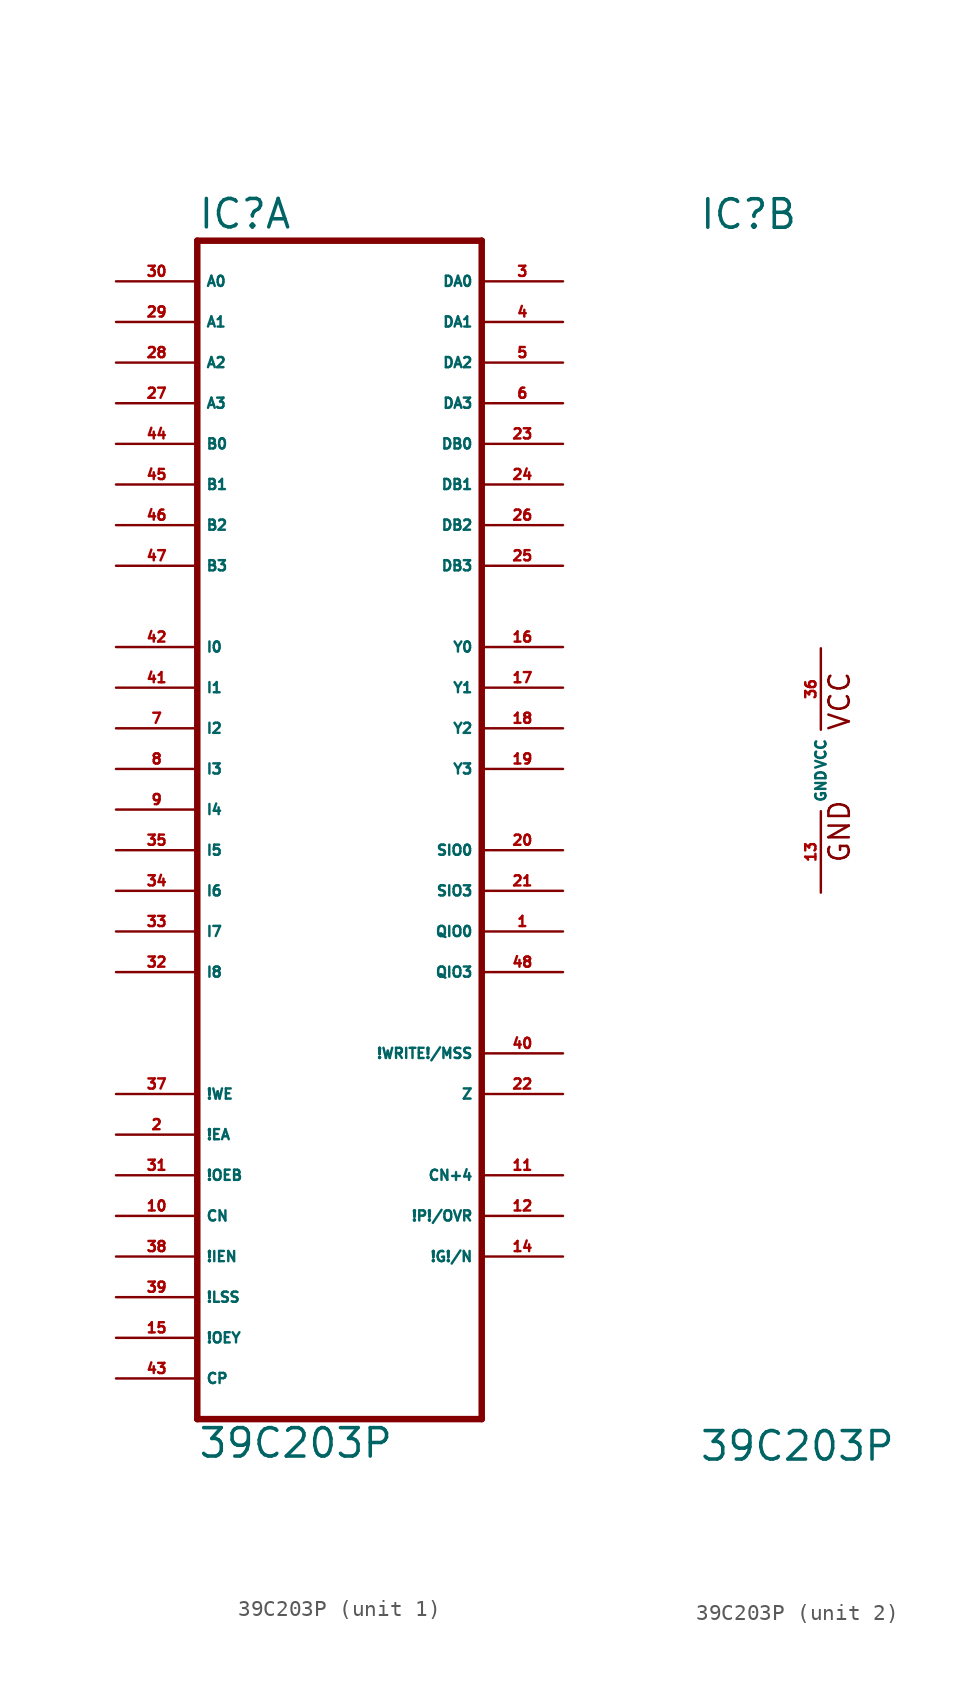
<source format=kicad_sym>
(kicad_symbol_lib
  (version 20220914)
  (generator Eagle2Kicad)
  (symbol "39C203P"
    (property "Reference" "IC"
      (at -7.62 33.655 0)
      (effects (font (size 1.778 1.778) (thickness 0.22)) (justify left bottom)))
    (property "Value" "39C203P"
      (at -7.62 -43.18 0)
      (effects (font (size 1.778 1.778) (thickness 0.22)) (justify left bottom)))
    (symbol "39C203P_1_0"
      (polyline (pts (xy -7.62 -40.64) (xy 10.16 -40.64)) (stroke (width 0.406) (type default)) (fill (type none)))
      (polyline (pts (xy 10.16 -40.64) (xy 10.16 33.02)) (stroke (width 0.406) (type default)) (fill (type none)))
      (polyline (pts (xy 10.16 33.02) (xy -7.62 33.02)) (stroke (width 0.406) (type default)) (fill (type none)))
      (polyline (pts (xy -7.62 33.02) (xy -7.62 -40.64)) (stroke (width 0.406) (type default)) (fill (type none)))
      (pin input line (at -12.7 30.48 0) (length 5.08) (name "A0" (effects (font (size 0.635 0.635) (thickness 0.08)) (justify left bottom))) (number "30" (effects (font (size 0.635 0.635) (thickness 0.08)) (justify left bottom))))
      (pin input line (at -12.7 27.94 0) (length 5.08) (name "A1" (effects (font (size 0.635 0.635) (thickness 0.08)) (justify left bottom))) (number "29" (effects (font (size 0.635 0.635) (thickness 0.08)) (justify left bottom))))
      (pin input line (at -12.7 25.4 0) (length 5.08) (name "A2" (effects (font (size 0.635 0.635) (thickness 0.08)) (justify left bottom))) (number "28" (effects (font (size 0.635 0.635) (thickness 0.08)) (justify left bottom))))
      (pin input line (at -12.7 22.86 0) (length 5.08) (name "A3" (effects (font (size 0.635 0.635) (thickness 0.08)) (justify left bottom))) (number "27" (effects (font (size 0.635 0.635) (thickness 0.08)) (justify left bottom))))
      (pin input line (at -12.7 20.32 0) (length 5.08) (name "B0" (effects (font (size 0.635 0.635) (thickness 0.08)) (justify left bottom))) (number "44" (effects (font (size 0.635 0.635) (thickness 0.08)) (justify left bottom))))
      (pin input line (at -12.7 17.78 0) (length 5.08) (name "B1" (effects (font (size 0.635 0.635) (thickness 0.08)) (justify left bottom))) (number "45" (effects (font (size 0.635 0.635) (thickness 0.08)) (justify left bottom))))
      (pin input line (at -12.7 15.24 0) (length 5.08) (name "B2" (effects (font (size 0.635 0.635) (thickness 0.08)) (justify left bottom))) (number "46" (effects (font (size 0.635 0.635) (thickness 0.08)) (justify left bottom))))
      (pin input line (at -12.7 12.7 0) (length 5.08) (name "B3" (effects (font (size 0.635 0.635) (thickness 0.08)) (justify left bottom))) (number "47" (effects (font (size 0.635 0.635) (thickness 0.08)) (justify left bottom))))
      (pin input line (at -12.7 7.62 0) (length 5.08) (name "I0" (effects (font (size 0.635 0.635) (thickness 0.08)) (justify left bottom))) (number "42" (effects (font (size 0.635 0.635) (thickness 0.08)) (justify left bottom))))
      (pin input line (at -12.7 5.08 0) (length 5.08) (name "I1" (effects (font (size 0.635 0.635) (thickness 0.08)) (justify left bottom))) (number "41" (effects (font (size 0.635 0.635) (thickness 0.08)) (justify left bottom))))
      (pin input line (at -12.7 2.54 0) (length 5.08) (name "I2" (effects (font (size 0.635 0.635) (thickness 0.08)) (justify left bottom))) (number "7" (effects (font (size 0.635 0.635) (thickness 0.08)) (justify left bottom))))
      (pin input line (at -12.7 0 0) (length 5.08) (name "I3" (effects (font (size 0.635 0.635) (thickness 0.08)) (justify left bottom))) (number "8" (effects (font (size 0.635 0.635) (thickness 0.08)) (justify left bottom))))
      (pin input line (at -12.7 -2.54 0) (length 5.08) (name "I4" (effects (font (size 0.635 0.635) (thickness 0.08)) (justify left bottom))) (number "9" (effects (font (size 0.635 0.635) (thickness 0.08)) (justify left bottom))))
      (pin input line (at -12.7 -5.08 0) (length 5.08) (name "I5" (effects (font (size 0.635 0.635) (thickness 0.08)) (justify left bottom))) (number "35" (effects (font (size 0.635 0.635) (thickness 0.08)) (justify left bottom))))
      (pin input line (at -12.7 -7.62 0) (length 5.08) (name "I6" (effects (font (size 0.635 0.635) (thickness 0.08)) (justify left bottom))) (number "34" (effects (font (size 0.635 0.635) (thickness 0.08)) (justify left bottom))))
      (pin input line (at -12.7 -10.16 0) (length 5.08) (name "I7" (effects (font (size 0.635 0.635) (thickness 0.08)) (justify left bottom))) (number "33" (effects (font (size 0.635 0.635) (thickness 0.08)) (justify left bottom))))
      (pin input line (at -12.7 -12.7 0) (length 5.08) (name "I8" (effects (font (size 0.635 0.635) (thickness 0.08)) (justify left bottom))) (number "32" (effects (font (size 0.635 0.635) (thickness 0.08)) (justify left bottom))))
      (pin input line (at -12.7 -20.32 0) (length 5.08) (name "!WE" (effects (font (size 0.635 0.635) (thickness 0.08)) (justify left bottom))) (number "37" (effects (font (size 0.635 0.635) (thickness 0.08)) (justify left bottom))))
      (pin input line (at -12.7 -22.86 0) (length 5.08) (name "!EA" (effects (font (size 0.635 0.635) (thickness 0.08)) (justify left bottom))) (number "2" (effects (font (size 0.635 0.635) (thickness 0.08)) (justify left bottom))))
      (pin input line (at -12.7 -25.4 0) (length 5.08) (name "!OEB" (effects (font (size 0.635 0.635) (thickness 0.08)) (justify left bottom))) (number "31" (effects (font (size 0.635 0.635) (thickness 0.08)) (justify left bottom))))
      (pin input line (at -12.7 -27.94 0) (length 5.08) (name "CN" (effects (font (size 0.635 0.635) (thickness 0.08)) (justify left bottom))) (number "10" (effects (font (size 0.635 0.635) (thickness 0.08)) (justify left bottom))))
      (pin input line (at -12.7 -30.48 0) (length 5.08) (name "!IEN" (effects (font (size 0.635 0.635) (thickness 0.08)) (justify left bottom))) (number "38" (effects (font (size 0.635 0.635) (thickness 0.08)) (justify left bottom))))
      (pin input line (at -12.7 -33.02 0) (length 5.08) (name "!LSS" (effects (font (size 0.635 0.635) (thickness 0.08)) (justify left bottom))) (number "39" (effects (font (size 0.635 0.635) (thickness 0.08)) (justify left bottom))))
      (pin input line (at -12.7 -35.56 0) (length 5.08) (name "!OEY" (effects (font (size 0.635 0.635) (thickness 0.08)) (justify left bottom))) (number "15" (effects (font (size 0.635 0.635) (thickness 0.08)) (justify left bottom))))
      (pin input line (at -12.7 -38.1 0) (length 5.08) (name "CP" (effects (font (size 0.635 0.635) (thickness 0.08)) (justify left bottom))) (number "43" (effects (font (size 0.635 0.635) (thickness 0.08)) (justify left bottom))))
      (pin bidirectional line (at 15.24 30.48 180) (length 5.08) (name "DA0" (effects (font (size 0.635 0.635) (thickness 0.08)) (justify left bottom))) (number "3" (effects (font (size 0.635 0.635) (thickness 0.08)) (justify left bottom))))
      (pin bidirectional line (at 15.24 27.94 180) (length 5.08) (name "DA1" (effects (font (size 0.635 0.635) (thickness 0.08)) (justify left bottom))) (number "4" (effects (font (size 0.635 0.635) (thickness 0.08)) (justify left bottom))))
      (pin bidirectional line (at 15.24 25.4 180) (length 5.08) (name "DA2" (effects (font (size 0.635 0.635) (thickness 0.08)) (justify left bottom))) (number "5" (effects (font (size 0.635 0.635) (thickness 0.08)) (justify left bottom))))
      (pin bidirectional line (at 15.24 22.86 180) (length 5.08) (name "DA3" (effects (font (size 0.635 0.635) (thickness 0.08)) (justify left bottom))) (number "6" (effects (font (size 0.635 0.635) (thickness 0.08)) (justify left bottom))))
      (pin bidirectional line (at 15.24 20.32 180) (length 5.08) (name "DB0" (effects (font (size 0.635 0.635) (thickness 0.08)) (justify left bottom))) (number "23" (effects (font (size 0.635 0.635) (thickness 0.08)) (justify left bottom))))
      (pin bidirectional line (at 15.24 17.78 180) (length 5.08) (name "DB1" (effects (font (size 0.635 0.635) (thickness 0.08)) (justify left bottom))) (number "24" (effects (font (size 0.635 0.635) (thickness 0.08)) (justify left bottom))))
      (pin bidirectional line (at 15.24 15.24 180) (length 5.08) (name "DB2" (effects (font (size 0.635 0.635) (thickness 0.08)) (justify left bottom))) (number "26" (effects (font (size 0.635 0.635) (thickness 0.08)) (justify left bottom))))
      (pin bidirectional line (at 15.24 12.7 180) (length 5.08) (name "DB3" (effects (font (size 0.635 0.635) (thickness 0.08)) (justify left bottom))) (number "25" (effects (font (size 0.635 0.635) (thickness 0.08)) (justify left bottom))))
      (pin bidirectional line (at 15.24 7.62 180) (length 5.08) (name "Y0" (effects (font (size 0.635 0.635) (thickness 0.08)) (justify left bottom))) (number "16" (effects (font (size 0.635 0.635) (thickness 0.08)) (justify left bottom))))
      (pin bidirectional line (at 15.24 5.08 180) (length 5.08) (name "Y1" (effects (font (size 0.635 0.635) (thickness 0.08)) (justify left bottom))) (number "17" (effects (font (size 0.635 0.635) (thickness 0.08)) (justify left bottom))))
      (pin bidirectional line (at 15.24 2.54 180) (length 5.08) (name "Y2" (effects (font (size 0.635 0.635) (thickness 0.08)) (justify left bottom))) (number "18" (effects (font (size 0.635 0.635) (thickness 0.08)) (justify left bottom))))
      (pin bidirectional line (at 15.24 0 180) (length 5.08) (name "Y3" (effects (font (size 0.635 0.635) (thickness 0.08)) (justify left bottom))) (number "19" (effects (font (size 0.635 0.635) (thickness 0.08)) (justify left bottom))))
      (pin bidirectional line (at 15.24 -5.08 180) (length 5.08) (name "SIO0" (effects (font (size 0.635 0.635) (thickness 0.08)) (justify left bottom))) (number "20" (effects (font (size 0.635 0.635) (thickness 0.08)) (justify left bottom))))
      (pin bidirectional line (at 15.24 -7.62 180) (length 5.08) (name "SIO3" (effects (font (size 0.635 0.635) (thickness 0.08)) (justify left bottom))) (number "21" (effects (font (size 0.635 0.635) (thickness 0.08)) (justify left bottom))))
      (pin bidirectional line (at 15.24 -10.16 180) (length 5.08) (name "QIO0" (effects (font (size 0.635 0.635) (thickness 0.08)) (justify left bottom))) (number "1" (effects (font (size 0.635 0.635) (thickness 0.08)) (justify left bottom))))
      (pin bidirectional line (at 15.24 -12.7 180) (length 5.08) (name "QIO3" (effects (font (size 0.635 0.635) (thickness 0.08)) (justify left bottom))) (number "48" (effects (font (size 0.635 0.635) (thickness 0.08)) (justify left bottom))))
      (pin bidirectional line (at 15.24 -20.32 180) (length 5.08) (name "Z" (effects (font (size 0.635 0.635) (thickness 0.08)) (justify left bottom))) (number "22" (effects (font (size 0.635 0.635) (thickness 0.08)) (justify left bottom))))
      (pin bidirectional line (at 15.24 -17.78 180) (length 5.08) (name "!WRITE!/MSS" (effects (font (size 0.635 0.635) (thickness 0.08)) (justify left bottom))) (number "40" (effects (font (size 0.635 0.635) (thickness 0.08)) (justify left bottom))))
      (pin output line (at 15.24 -25.4 180) (length 5.08) (name "CN+4" (effects (font (size 0.635 0.635) (thickness 0.08)) (justify left bottom))) (number "11" (effects (font (size 0.635 0.635) (thickness 0.08)) (justify left bottom))))
      (pin output line (at 15.24 -30.48 180) (length 5.08) (name "!G!/N" (effects (font (size 0.635 0.635) (thickness 0.08)) (justify left bottom))) (number "14" (effects (font (size 0.635 0.635) (thickness 0.08)) (justify left bottom))))
      (pin output line (at 15.24 -27.94 180) (length 5.08) (name "!P!/OVR" (effects (font (size 0.635 0.635) (thickness 0.08)) (justify left bottom))) (number "12" (effects (font (size 0.635 0.635) (thickness 0.08)) (justify left bottom)))))
    (symbol "39C203P_2_0"
      (text "GND" (at 1.905 -5.842 900) (effects (font (size 1.27 1.27) (thickness 0.16)) (justify left bottom)))
      (text "VCC" (at 1.905 2.413 900) (effects (font (size 1.27 1.27) (thickness 0.16)) (justify left bottom)))
      (pin unspecified line (at 0 7.62 270) (length 5.08) (name "VCC" (effects (font (size 0.635 0.635) (thickness 0.08)) (justify left bottom))) (number "36" (effects (font (size 0.635 0.635) (thickness 0.08)) (justify left bottom))))
      (pin unspecified line (at 0 -7.62 90) (length 5.08) (name "GND" (effects (font (size 0.635 0.635) (thickness 0.08)) (justify left bottom))) (number "13" (effects (font (size 0.635 0.635) (thickness 0.08)) (justify left bottom)))))))
</source>
